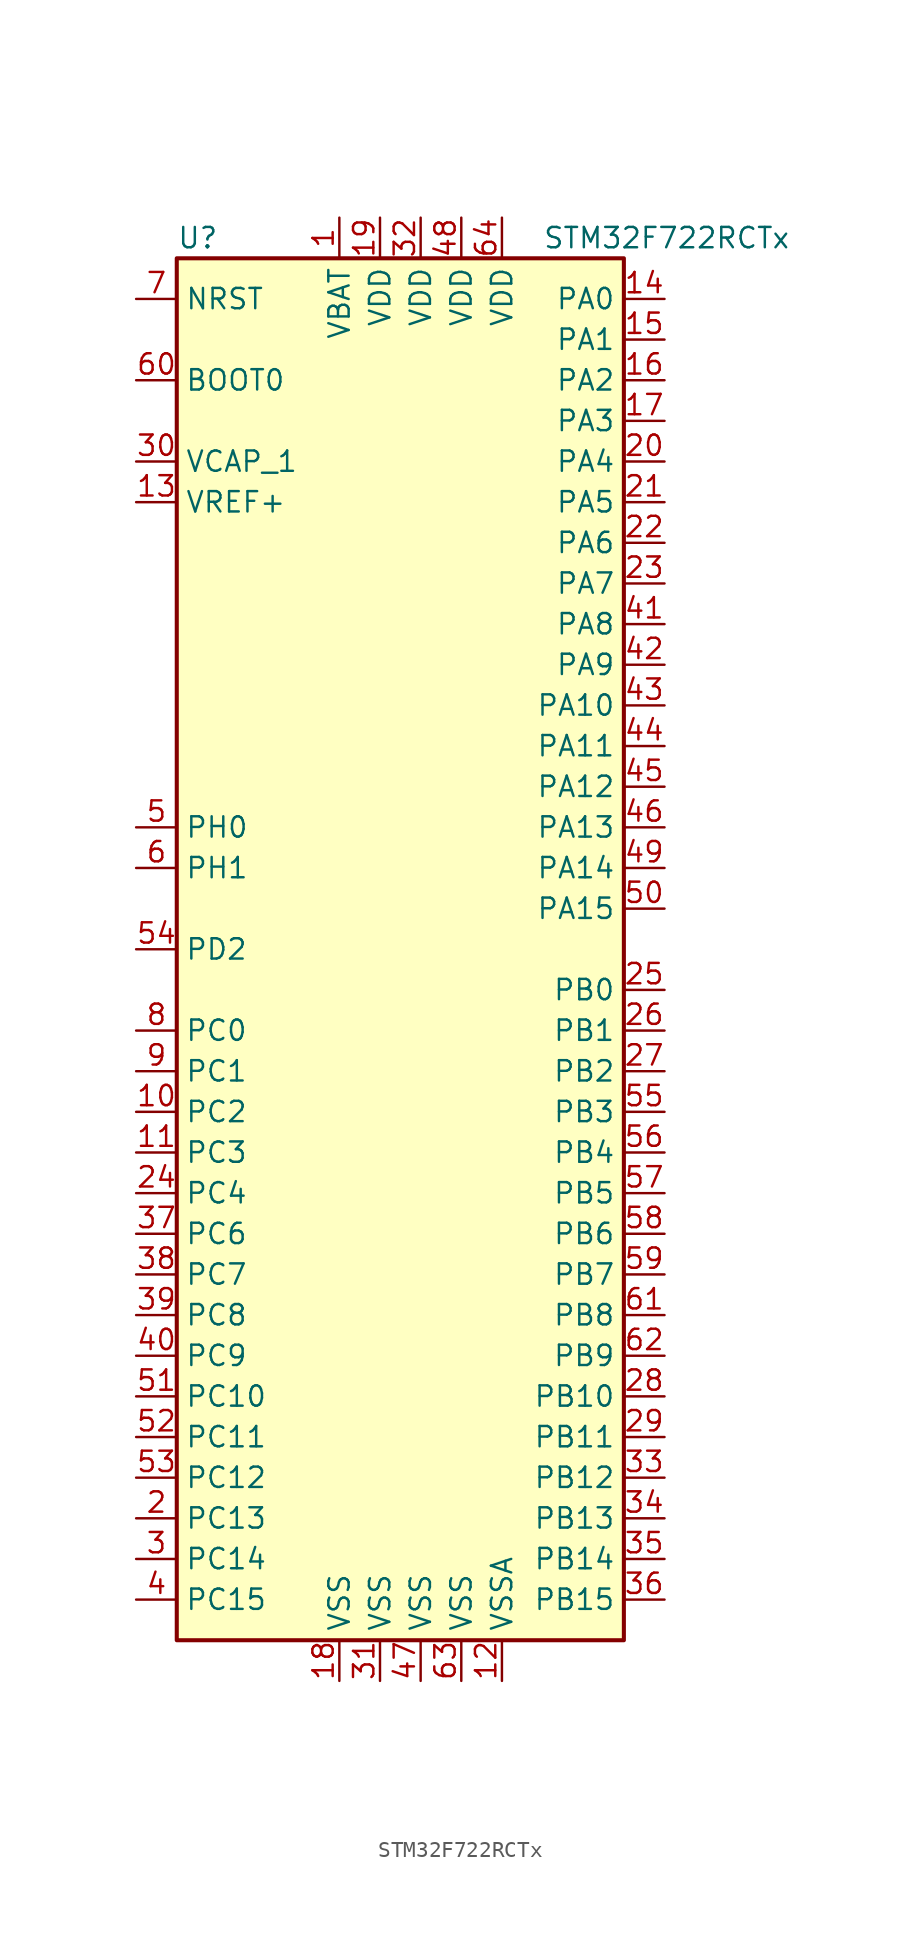
<source format=kicad_sym>
(kicad_symbol_lib
  (version 20220914)
  (generator kicad_symbol_editor)
  (symbol "STM32F722RCTx"
    (property "Reference" "U"
      (at -15.24 44.45 0)
      (effects (font (size 1.27 1.27)) (justify left)))
    (property "Value" "STM32F722RCTx"
      (at 7.62 44.45 0)
      (effects (font (size 1.27 1.27)) (justify left)))
    (symbol "STM32F722RCTx_0_1"
      (rectangle (start -15.24 -43.18) (end 12.7 43.18) (stroke (width 0.254) (type default)) (fill (type background))))
    (symbol "STM32F722RCTx_1_1"
      (pin power_in line (at -5.08 45.72 270) (length 2.54) (name "VBAT" (effects (font (size 1.27 1.27)))) (number "1" (effects (font (size 1.27 1.27)))))
      (pin bidirectional line (at -17.78 -10.16 0) (length 2.54) (name "PC2" (effects (font (size 1.27 1.27)))) (number "10" (effects (font (size 1.27 1.27)))))
      (pin bidirectional line (at -17.78 -12.7 0) (length 2.54) (name "PC3" (effects (font (size 1.27 1.27)))) (number "11" (effects (font (size 1.27 1.27)))))
      (pin power_in line (at 5.08 -45.72 90) (length 2.54) (name "VSSA" (effects (font (size 1.27 1.27)))) (number "12" (effects (font (size 1.27 1.27)))))
      (pin power_in line (at -17.78 27.94 0) (length 2.54) (name "VREF+" (effects (font (size 1.27 1.27)))) (number "13" (effects (font (size 1.27 1.27)))))
      (pin bidirectional line (at 15.24 40.64 180) (length 2.54) (name "PA0" (effects (font (size 1.27 1.27)))) (number "14" (effects (font (size 1.27 1.27)))))
      (pin bidirectional line (at 15.24 38.1 180) (length 2.54) (name "PA1" (effects (font (size 1.27 1.27)))) (number "15" (effects (font (size 1.27 1.27)))))
      (pin bidirectional line (at 15.24 35.56 180) (length 2.54) (name "PA2" (effects (font (size 1.27 1.27)))) (number "16" (effects (font (size 1.27 1.27)))))
      (pin bidirectional line (at 15.24 33.02 180) (length 2.54) (name "PA3" (effects (font (size 1.27 1.27)))) (number "17" (effects (font (size 1.27 1.27)))))
      (pin power_in line (at -5.08 -45.72 90) (length 2.54) (name "VSS" (effects (font (size 1.27 1.27)))) (number "18" (effects (font (size 1.27 1.27)))))
      (pin power_in line (at -2.54 45.72 270) (length 2.54) (name "VDD" (effects (font (size 1.27 1.27)))) (number "19" (effects (font (size 1.27 1.27)))))
      (pin bidirectional line (at -17.78 -35.56 0) (length 2.54) (name "PC13" (effects (font (size 1.27 1.27)))) (number "2" (effects (font (size 1.27 1.27)))))
      (pin bidirectional line (at 15.24 30.48 180) (length 2.54) (name "PA4" (effects (font (size 1.27 1.27)))) (number "20" (effects (font (size 1.27 1.27)))))
      (pin bidirectional line (at 15.24 27.94 180) (length 2.54) (name "PA5" (effects (font (size 1.27 1.27)))) (number "21" (effects (font (size 1.27 1.27)))))
      (pin bidirectional line (at 15.24 25.4 180) (length 2.54) (name "PA6" (effects (font (size 1.27 1.27)))) (number "22" (effects (font (size 1.27 1.27)))))
      (pin bidirectional line (at 15.24 22.86 180) (length 2.54) (name "PA7" (effects (font (size 1.27 1.27)))) (number "23" (effects (font (size 1.27 1.27)))))
      (pin bidirectional line (at -17.78 -15.24 0) (length 2.54) (name "PC4" (effects (font (size 1.27 1.27)))) (number "24" (effects (font (size 1.27 1.27)))))
      (pin bidirectional line (at 15.24 -2.54 180) (length 2.54) (name "PB0" (effects (font (size 1.27 1.27)))) (number "25" (effects (font (size 1.27 1.27)))))
      (pin bidirectional line (at 15.24 -5.08 180) (length 2.54) (name "PB1" (effects (font (size 1.27 1.27)))) (number "26" (effects (font (size 1.27 1.27)))))
      (pin bidirectional line (at 15.24 -7.62 180) (length 2.54) (name "PB2" (effects (font (size 1.27 1.27)))) (number "27" (effects (font (size 1.27 1.27)))))
      (pin bidirectional line (at 15.24 -27.94 180) (length 2.54) (name "PB10" (effects (font (size 1.27 1.27)))) (number "28" (effects (font (size 1.27 1.27)))))
      (pin bidirectional line (at 15.24 -30.48 180) (length 2.54) (name "PB11" (effects (font (size 1.27 1.27)))) (number "29" (effects (font (size 1.27 1.27)))))
      (pin bidirectional line (at -17.78 -38.1 0) (length 2.54) (name "PC14" (effects (font (size 1.27 1.27)))) (number "3" (effects (font (size 1.27 1.27)))))
      (pin power_in line (at -17.78 30.48 0) (length 2.54) (name "VCAP_1" (effects (font (size 1.27 1.27)))) (number "30" (effects (font (size 1.27 1.27)))))
      (pin power_in line (at -2.54 -45.72 90) (length 2.54) (name "VSS" (effects (font (size 1.27 1.27)))) (number "31" (effects (font (size 1.27 1.27)))))
      (pin power_in line (at 0 45.72 270) (length 2.54) (name "VDD" (effects (font (size 1.27 1.27)))) (number "32" (effects (font (size 1.27 1.27)))))
      (pin bidirectional line (at 15.24 -33.02 180) (length 2.54) (name "PB12" (effects (font (size 1.27 1.27)))) (number "33" (effects (font (size 1.27 1.27)))))
      (pin bidirectional line (at 15.24 -35.56 180) (length 2.54) (name "PB13" (effects (font (size 1.27 1.27)))) (number "34" (effects (font (size 1.27 1.27)))))
      (pin bidirectional line (at 15.24 -38.1 180) (length 2.54) (name "PB14" (effects (font (size 1.27 1.27)))) (number "35" (effects (font (size 1.27 1.27)))))
      (pin bidirectional line (at 15.24 -40.64 180) (length 2.54) (name "PB15" (effects (font (size 1.27 1.27)))) (number "36" (effects (font (size 1.27 1.27)))))
      (pin bidirectional line (at -17.78 -17.78 0) (length 2.54) (name "PC6" (effects (font (size 1.27 1.27)))) (number "37" (effects (font (size 1.27 1.27)))))
      (pin bidirectional line (at -17.78 -20.32 0) (length 2.54) (name "PC7" (effects (font (size 1.27 1.27)))) (number "38" (effects (font (size 1.27 1.27)))))
      (pin bidirectional line (at -17.78 -22.86 0) (length 2.54) (name "PC8" (effects (font (size 1.27 1.27)))) (number "39" (effects (font (size 1.27 1.27)))))
      (pin bidirectional line (at -17.78 -40.64 0) (length 2.54) (name "PC15" (effects (font (size 1.27 1.27)))) (number "4" (effects (font (size 1.27 1.27)))))
      (pin bidirectional line (at -17.78 -25.4 0) (length 2.54) (name "PC9" (effects (font (size 1.27 1.27)))) (number "40" (effects (font (size 1.27 1.27)))))
      (pin bidirectional line (at 15.24 20.32 180) (length 2.54) (name "PA8" (effects (font (size 1.27 1.27)))) (number "41" (effects (font (size 1.27 1.27)))))
      (pin bidirectional line (at 15.24 17.78 180) (length 2.54) (name "PA9" (effects (font (size 1.27 1.27)))) (number "42" (effects (font (size 1.27 1.27)))))
      (pin bidirectional line (at 15.24 15.24 180) (length 2.54) (name "PA10" (effects (font (size 1.27 1.27)))) (number "43" (effects (font (size 1.27 1.27)))))
      (pin bidirectional line (at 15.24 12.7 180) (length 2.54) (name "PA11" (effects (font (size 1.27 1.27)))) (number "44" (effects (font (size 1.27 1.27)))))
      (pin bidirectional line (at 15.24 10.16 180) (length 2.54) (name "PA12" (effects (font (size 1.27 1.27)))) (number "45" (effects (font (size 1.27 1.27)))))
      (pin bidirectional line (at 15.24 7.62 180) (length 2.54) (name "PA13" (effects (font (size 1.27 1.27)))) (number "46" (effects (font (size 1.27 1.27)))))
      (pin power_in line (at 0 -45.72 90) (length 2.54) (name "VSS" (effects (font (size 1.27 1.27)))) (number "47" (effects (font (size 1.27 1.27)))))
      (pin power_in line (at 2.54 45.72 270) (length 2.54) (name "VDD" (effects (font (size 1.27 1.27)))) (number "48" (effects (font (size 1.27 1.27)))))
      (pin bidirectional line (at 15.24 5.08 180) (length 2.54) (name "PA14" (effects (font (size 1.27 1.27)))) (number "49" (effects (font (size 1.27 1.27)))))
      (pin input line (at -17.78 7.62 0) (length 2.54) (name "PH0" (effects (font (size 1.27 1.27)))) (number "5" (effects (font (size 1.27 1.27)))))
      (pin bidirectional line (at 15.24 2.54 180) (length 2.54) (name "PA15" (effects (font (size 1.27 1.27)))) (number "50" (effects (font (size 1.27 1.27)))))
      (pin bidirectional line (at -17.78 -27.94 0) (length 2.54) (name "PC10" (effects (font (size 1.27 1.27)))) (number "51" (effects (font (size 1.27 1.27)))))
      (pin bidirectional line (at -17.78 -30.48 0) (length 2.54) (name "PC11" (effects (font (size 1.27 1.27)))) (number "52" (effects (font (size 1.27 1.27)))))
      (pin bidirectional line (at -17.78 -33.02 0) (length 2.54) (name "PC12" (effects (font (size 1.27 1.27)))) (number "53" (effects (font (size 1.27 1.27)))))
      (pin bidirectional line (at -17.78 0 0) (length 2.54) (name "PD2" (effects (font (size 1.27 1.27)))) (number "54" (effects (font (size 1.27 1.27)))))
      (pin bidirectional line (at 15.24 -10.16 180) (length 2.54) (name "PB3" (effects (font (size 1.27 1.27)))) (number "55" (effects (font (size 1.27 1.27)))))
      (pin bidirectional line (at 15.24 -12.7 180) (length 2.54) (name "PB4" (effects (font (size 1.27 1.27)))) (number "56" (effects (font (size 1.27 1.27)))))
      (pin bidirectional line (at 15.24 -15.24 180) (length 2.54) (name "PB5" (effects (font (size 1.27 1.27)))) (number "57" (effects (font (size 1.27 1.27)))))
      (pin bidirectional line (at 15.24 -17.78 180) (length 2.54) (name "PB6" (effects (font (size 1.27 1.27)))) (number "58" (effects (font (size 1.27 1.27)))))
      (pin bidirectional line (at 15.24 -20.32 180) (length 2.54) (name "PB7" (effects (font (size 1.27 1.27)))) (number "59" (effects (font (size 1.27 1.27)))))
      (pin input line (at -17.78 5.08 0) (length 2.54) (name "PH1" (effects (font (size 1.27 1.27)))) (number "6" (effects (font (size 1.27 1.27)))))
      (pin input line (at -17.78 35.56 0) (length 2.54) (name "BOOT0" (effects (font (size 1.27 1.27)))) (number "60" (effects (font (size 1.27 1.27)))))
      (pin bidirectional line (at 15.24 -22.86 180) (length 2.54) (name "PB8" (effects (font (size 1.27 1.27)))) (number "61" (effects (font (size 1.27 1.27)))))
      (pin bidirectional line (at 15.24 -25.4 180) (length 2.54) (name "PB9" (effects (font (size 1.27 1.27)))) (number "62" (effects (font (size 1.27 1.27)))))
      (pin power_in line (at 2.54 -45.72 90) (length 2.54) (name "VSS" (effects (font (size 1.27 1.27)))) (number "63" (effects (font (size 1.27 1.27)))))
      (pin power_in line (at 5.08 45.72 270) (length 2.54) (name "VDD" (effects (font (size 1.27 1.27)))) (number "64" (effects (font (size 1.27 1.27)))))
      (pin input line (at -17.78 40.64 0) (length 2.54) (name "NRST" (effects (font (size 1.27 1.27)))) (number "7" (effects (font (size 1.27 1.27)))))
      (pin bidirectional line (at -17.78 -5.08 0) (length 2.54) (name "PC0" (effects (font (size 1.27 1.27)))) (number "8" (effects (font (size 1.27 1.27)))))
      (pin bidirectional line (at -17.78 -7.62 0) (length 2.54) (name "PC1" (effects (font (size 1.27 1.27)))) (number "9" (effects (font (size 1.27 1.27))))))))
</source>
